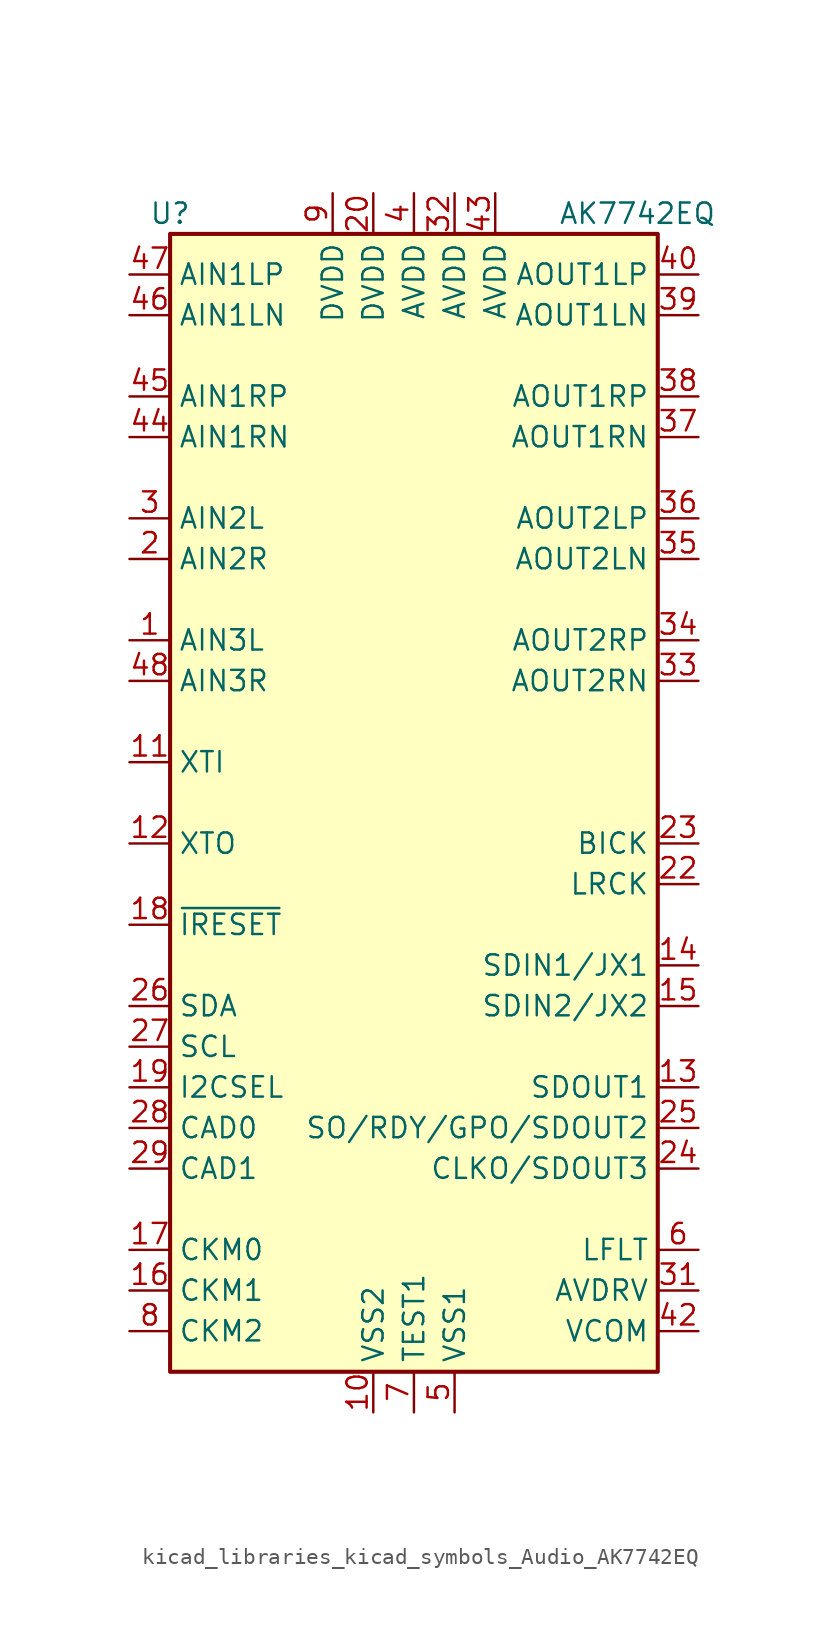
<source format=kicad_sym>
(kicad_symbol_lib
  (version 20220914)
  (generator kicad_symbol_editor)
  (symbol "kicad_libraries_kicad_symbols_Audio_AK7742EQ"
    (property "Reference" "U"
      (at -15.24 36.83 0)
      (effects (font (size 1.27 1.27))))
    (property "Value" "AK7742EQ"
      (at 13.97 36.83 0)
      (effects (font (size 1.27 1.27))))
    (symbol "kicad_libraries_kicad_symbols_Audio_AK7742EQ_0_1"
      (rectangle (start -15.24 35.56) (end 15.24 -35.56) (stroke (width 0.254) (type default)) (fill (type background))))
    (symbol "kicad_libraries_kicad_symbols_Audio_AK7742EQ_1_1"
      (pin input line (at -17.78 10.16 0) (length 2.54) (name "AIN3L" (effects (font (size 1.27 1.27)))) (number "1" (effects (font (size 1.27 1.27)))))
      (pin power_in line (at -2.54 -38.1 90) (length 2.54) (name "VSS2" (effects (font (size 1.27 1.27)))) (number "10" (effects (font (size 1.27 1.27)))))
      (pin input line (at -17.78 2.54 0) (length 2.54) (name "XTI" (effects (font (size 1.27 1.27)))) (number "11" (effects (font (size 1.27 1.27)))))
      (pin output line (at -17.78 -2.54 0) (length 2.54) (name "XTO" (effects (font (size 1.27 1.27)))) (number "12" (effects (font (size 1.27 1.27)))))
      (pin output line (at 17.78 -17.78 180) (length 2.54) (name "SDOUT1" (effects (font (size 1.27 1.27)))) (number "13" (effects (font (size 1.27 1.27)))))
      (pin input line (at 17.78 -10.16 180) (length 2.54) (name "SDIN1/JX1" (effects (font (size 1.27 1.27)))) (number "14" (effects (font (size 1.27 1.27)))))
      (pin input line (at 17.78 -12.7 180) (length 2.54) (name "SDIN2/JX2" (effects (font (size 1.27 1.27)))) (number "15" (effects (font (size 1.27 1.27)))))
      (pin input line (at -17.78 -30.48 0) (length 2.54) (name "CKM1" (effects (font (size 1.27 1.27)))) (number "16" (effects (font (size 1.27 1.27)))))
      (pin input line (at -17.78 -27.94 0) (length 2.54) (name "CKM0" (effects (font (size 1.27 1.27)))) (number "17" (effects (font (size 1.27 1.27)))))
      (pin input line (at -17.78 -7.62 0) (length 2.54) (name "~{IRESET}" (effects (font (size 1.27 1.27)))) (number "18" (effects (font (size 1.27 1.27)))))
      (pin input line (at -17.78 -17.78 0) (length 2.54) (name "I2CSEL" (effects (font (size 1.27 1.27)))) (number "19" (effects (font (size 1.27 1.27)))))
      (pin input line (at -17.78 15.24 0) (length 2.54) (name "AIN2R" (effects (font (size 1.27 1.27)))) (number "2" (effects (font (size 1.27 1.27)))))
      (pin power_in line (at -2.54 38.1 270) (length 2.54) (name "DVDD" (effects (font (size 1.27 1.27)))) (number "20" (effects (font (size 1.27 1.27)))))
      (pin passive line (at -2.54 -38.1 90) (length 2.54) hide (name "VSS2" (effects (font (size 1.27 1.27)))) (number "21" (effects (font (size 1.27 1.27)))))
      (pin bidirectional line (at 17.78 -5.08 180) (length 2.54) (name "LRCK" (effects (font (size 1.27 1.27)))) (number "22" (effects (font (size 1.27 1.27)))))
      (pin bidirectional line (at 17.78 -2.54 180) (length 2.54) (name "BICK" (effects (font (size 1.27 1.27)))) (number "23" (effects (font (size 1.27 1.27)))))
      (pin output line (at 17.78 -22.86 180) (length 2.54) (name "CLKO/SDOUT3" (effects (font (size 1.27 1.27)))) (number "24" (effects (font (size 1.27 1.27)))))
      (pin output line (at 17.78 -20.32 180) (length 2.54) (name "SO/RDY/GPO/SDOUT2" (effects (font (size 1.27 1.27)))) (number "25" (effects (font (size 1.27 1.27)))))
      (pin bidirectional line (at -17.78 -12.7 0) (length 2.54) (name "SDA" (effects (font (size 1.27 1.27)))) (number "26" (effects (font (size 1.27 1.27)))))
      (pin input line (at -17.78 -15.24 0) (length 2.54) (name "SCL" (effects (font (size 1.27 1.27)))) (number "27" (effects (font (size 1.27 1.27)))))
      (pin input line (at -17.78 -20.32 0) (length 2.54) (name "CAD0" (effects (font (size 1.27 1.27)))) (number "28" (effects (font (size 1.27 1.27)))))
      (pin input line (at -17.78 -22.86 0) (length 2.54) (name "CAD1" (effects (font (size 1.27 1.27)))) (number "29" (effects (font (size 1.27 1.27)))))
      (pin input line (at -17.78 17.78 0) (length 2.54) (name "AIN2L" (effects (font (size 1.27 1.27)))) (number "3" (effects (font (size 1.27 1.27)))))
      (pin passive line (at 2.54 -38.1 90) (length 2.54) hide (name "VSS1" (effects (font (size 1.27 1.27)))) (number "30" (effects (font (size 1.27 1.27)))))
      (pin passive line (at 17.78 -30.48 180) (length 2.54) (name "AVDRV" (effects (font (size 1.27 1.27)))) (number "31" (effects (font (size 1.27 1.27)))))
      (pin power_in line (at 2.54 38.1 270) (length 2.54) (name "AVDD" (effects (font (size 1.27 1.27)))) (number "32" (effects (font (size 1.27 1.27)))))
      (pin output line (at 17.78 7.62 180) (length 2.54) (name "AOUT2RN" (effects (font (size 1.27 1.27)))) (number "33" (effects (font (size 1.27 1.27)))))
      (pin output line (at 17.78 10.16 180) (length 2.54) (name "AOUT2RP" (effects (font (size 1.27 1.27)))) (number "34" (effects (font (size 1.27 1.27)))))
      (pin output line (at 17.78 15.24 180) (length 2.54) (name "AOUT2LN" (effects (font (size 1.27 1.27)))) (number "35" (effects (font (size 1.27 1.27)))))
      (pin output line (at 17.78 17.78 180) (length 2.54) (name "AOUT2LP" (effects (font (size 1.27 1.27)))) (number "36" (effects (font (size 1.27 1.27)))))
      (pin output line (at 17.78 22.86 180) (length 2.54) (name "AOUT1RN" (effects (font (size 1.27 1.27)))) (number "37" (effects (font (size 1.27 1.27)))))
      (pin output line (at 17.78 25.4 180) (length 2.54) (name "AOUT1RP" (effects (font (size 1.27 1.27)))) (number "38" (effects (font (size 1.27 1.27)))))
      (pin output line (at 17.78 30.48 180) (length 2.54) (name "AOUT1LN" (effects (font (size 1.27 1.27)))) (number "39" (effects (font (size 1.27 1.27)))))
      (pin power_in line (at 0 38.1 270) (length 2.54) (name "AVDD" (effects (font (size 1.27 1.27)))) (number "4" (effects (font (size 1.27 1.27)))))
      (pin output line (at 17.78 33.02 180) (length 2.54) (name "AOUT1LP" (effects (font (size 1.27 1.27)))) (number "40" (effects (font (size 1.27 1.27)))))
      (pin passive line (at 2.54 -38.1 90) (length 2.54) hide (name "VSS1" (effects (font (size 1.27 1.27)))) (number "41" (effects (font (size 1.27 1.27)))))
      (pin passive line (at 17.78 -33.02 180) (length 2.54) (name "VCOM" (effects (font (size 1.27 1.27)))) (number "42" (effects (font (size 1.27 1.27)))))
      (pin power_in line (at 5.08 38.1 270) (length 2.54) (name "AVDD" (effects (font (size 1.27 1.27)))) (number "43" (effects (font (size 1.27 1.27)))))
      (pin input line (at -17.78 22.86 0) (length 2.54) (name "AIN1RN" (effects (font (size 1.27 1.27)))) (number "44" (effects (font (size 1.27 1.27)))))
      (pin input line (at -17.78 25.4 0) (length 2.54) (name "AIN1RP" (effects (font (size 1.27 1.27)))) (number "45" (effects (font (size 1.27 1.27)))))
      (pin input line (at -17.78 30.48 0) (length 2.54) (name "AIN1LN" (effects (font (size 1.27 1.27)))) (number "46" (effects (font (size 1.27 1.27)))))
      (pin input line (at -17.78 33.02 0) (length 2.54) (name "AIN1LP" (effects (font (size 1.27 1.27)))) (number "47" (effects (font (size 1.27 1.27)))))
      (pin input line (at -17.78 7.62 0) (length 2.54) (name "AIN3R" (effects (font (size 1.27 1.27)))) (number "48" (effects (font (size 1.27 1.27)))))
      (pin power_in line (at 2.54 -38.1 90) (length 2.54) (name "VSS1" (effects (font (size 1.27 1.27)))) (number "5" (effects (font (size 1.27 1.27)))))
      (pin passive line (at 17.78 -27.94 180) (length 2.54) (name "LFLT" (effects (font (size 1.27 1.27)))) (number "6" (effects (font (size 1.27 1.27)))))
      (pin passive line (at 0 -38.1 90) (length 2.54) (name "TEST1" (effects (font (size 1.27 1.27)))) (number "7" (effects (font (size 1.27 1.27)))))
      (pin input line (at -17.78 -33.02 0) (length 2.54) (name "CKM2" (effects (font (size 1.27 1.27)))) (number "8" (effects (font (size 1.27 1.27)))))
      (pin power_in line (at -5.08 38.1 270) (length 2.54) (name "DVDD" (effects (font (size 1.27 1.27)))) (number "9" (effects (font (size 1.27 1.27))))))))
</source>
